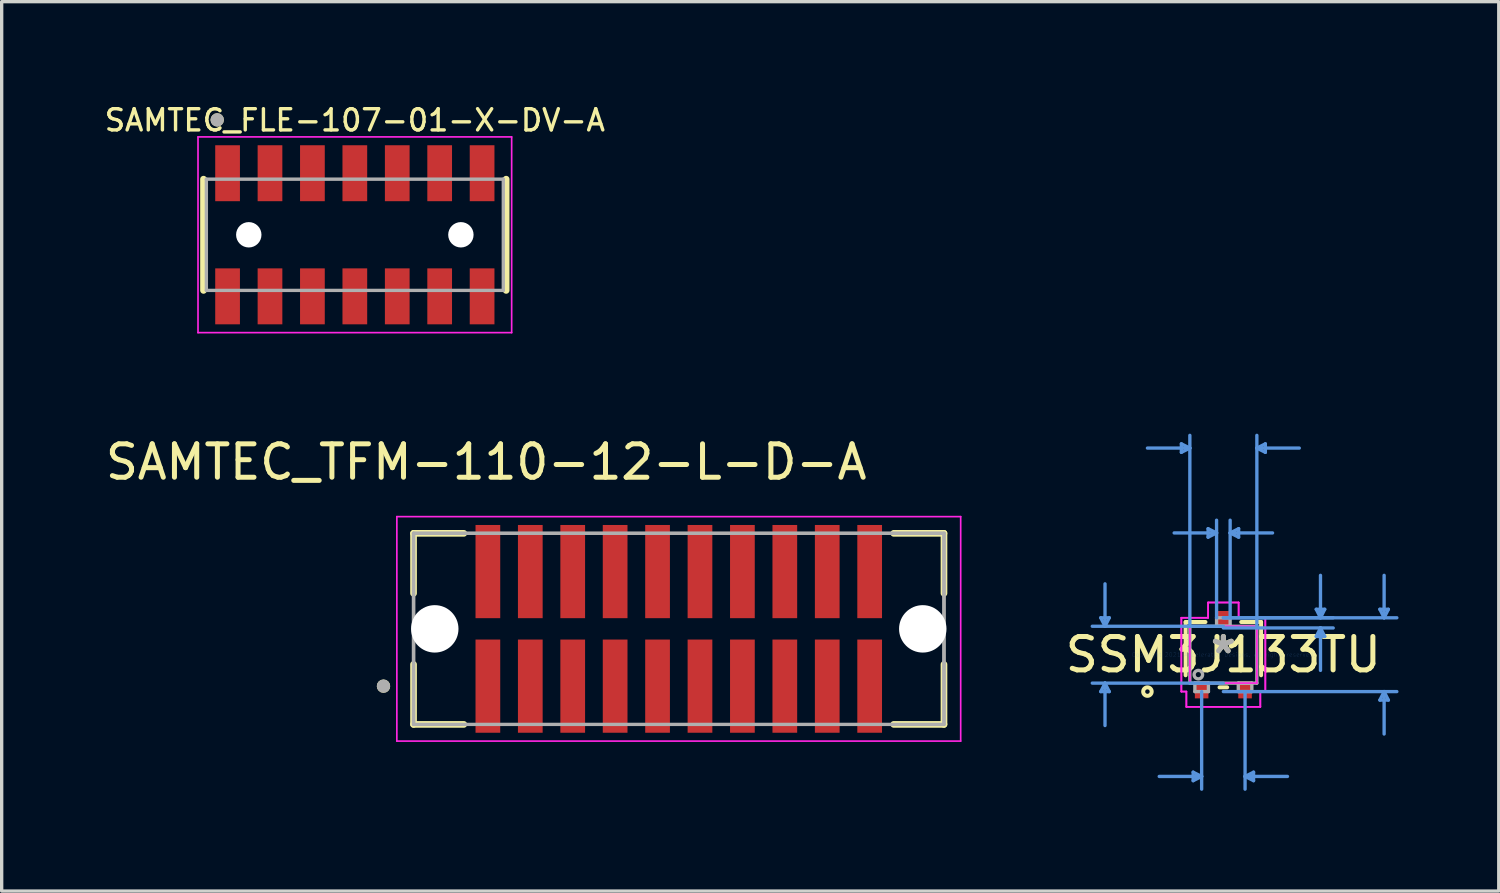
<source format=kicad_pcb>
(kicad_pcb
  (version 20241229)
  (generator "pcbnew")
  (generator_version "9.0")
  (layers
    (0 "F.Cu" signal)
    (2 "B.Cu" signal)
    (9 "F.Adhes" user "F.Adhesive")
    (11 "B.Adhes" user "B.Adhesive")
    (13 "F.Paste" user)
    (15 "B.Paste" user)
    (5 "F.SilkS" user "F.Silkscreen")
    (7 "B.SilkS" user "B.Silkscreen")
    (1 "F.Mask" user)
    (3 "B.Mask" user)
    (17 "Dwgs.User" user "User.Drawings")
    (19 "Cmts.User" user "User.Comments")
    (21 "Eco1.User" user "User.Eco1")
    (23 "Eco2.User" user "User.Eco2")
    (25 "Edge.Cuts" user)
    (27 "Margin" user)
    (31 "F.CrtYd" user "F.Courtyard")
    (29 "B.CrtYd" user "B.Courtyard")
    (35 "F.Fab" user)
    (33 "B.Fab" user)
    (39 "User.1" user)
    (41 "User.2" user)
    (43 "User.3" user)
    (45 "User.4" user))
  (footprint "SSM3J133TU"
    (layer "F.Cu")
    (at 33.575 16.55)
    (property "Reference" "SSM3J133TU" (at 0 0 0) (layer "F.SilkS") (effects (font (size 1 1) (thickness 0.15))))
    (attr through_hole)
    (fp_line (start -1.13 -0.978) (end -1.13 0.616) (stroke (width 0.12) (type solid)) (layer "F.SilkS"))
    (fp_line (start -0.536 -0.978) (end -1.13 -0.978) (stroke (width 0.12) (type solid)) (layer "F.SilkS"))
    (fp_line (start -0.114 0.978) (end 0.114 0.978) (stroke (width 0.12) (type solid)) (layer "F.SilkS"))
    (fp_line (start 1.13 -0.978) (end 0.536 -0.978) (stroke (width 0.12) (type solid)) (layer "F.SilkS"))
    (fp_line (start 1.13 0.616) (end 1.13 -0.978) (stroke (width 0.12) (type solid)) (layer "F.SilkS"))
    (fp_circle (center -2.273 1.105) (end -2.146 1.105) (stroke (width 0.12) (type solid)) (fill no) (layer "F.SilkS"))
    (fp_line (start -3.67 -1.105) (end -3.416 -1.105) (stroke (width 0.1) (type solid)) (layer "Cmts.User"))
    (fp_line (start -3.67 1.105) (end -3.416 1.105) (stroke (width 0.1) (type solid)) (layer "Cmts.User"))
    (fp_line (start -3.543 -0.851) (end -3.67 -1.105) (stroke (width 0.1) (type solid)) (layer "Cmts.User"))
    (fp_line (start -3.543 -0.851) (end -3.543 -2.121) (stroke (width 0.1) (type solid)) (layer "Cmts.User"))
    (fp_line (start -3.543 -0.851) (end -3.416 -1.105) (stroke (width 0.1) (type solid)) (layer "Cmts.User"))
    (fp_line (start -3.543 0.851) (end -3.67 1.105) (stroke (width 0.1) (type solid)) (layer "Cmts.User"))
    (fp_line (start -3.543 0.851) (end -3.543 2.121) (stroke (width 0.1) (type solid)) (layer "Cmts.User"))
    (fp_line (start -3.543 0.851) (end -3.416 1.105) (stroke (width 0.1) (type solid)) (layer "Cmts.User"))
    (fp_line (start -1.257 -6.312) (end -1.257 -6.058) (stroke (width 0.1) (type solid)) (layer "Cmts.User"))
    (fp_line (start -1.003 -6.185) (end -2.273 -6.185) (stroke (width 0.1) (type solid)) (layer "Cmts.User"))
    (fp_line (start -1.003 -6.185) (end -1.257 -6.312) (stroke (width 0.1) (type solid)) (layer "Cmts.User"))
    (fp_line (start -1.003 -6.185) (end -1.257 -6.058) (stroke (width 0.1) (type solid)) (layer "Cmts.User"))
    (fp_line (start -1.003 -0.851) (end -1.003 -6.566) (stroke (width 0.1) (type solid)) (layer "Cmts.User"))
    (fp_line (start -0.904 3.518) (end -0.904 3.772) (stroke (width 0.1) (type solid)) (layer "Cmts.User"))
    (fp_line (start -0.65 1.105) (end -0.65 4.026) (stroke (width 0.1) (type solid)) (layer "Cmts.User"))
    (fp_line (start -0.65 3.645) (end -1.92 3.645) (stroke (width 0.1) (type solid)) (layer "Cmts.User"))
    (fp_line (start -0.65 3.645) (end -0.904 3.518) (stroke (width 0.1) (type solid)) (layer "Cmts.User"))
    (fp_line (start -0.65 3.645) (end -0.904 3.772) (stroke (width 0.1) (type solid)) (layer "Cmts.User"))
    (fp_line (start -0.457 -3.772) (end -0.457 -3.518) (stroke (width 0.1) (type solid)) (layer "Cmts.User"))
    (fp_line (start -0.203 -3.645) (end -1.473 -3.645) (stroke (width 0.1) (type solid)) (layer "Cmts.User"))
    (fp_line (start -0.203 -3.645) (end -0.457 -3.772) (stroke (width 0.1) (type solid)) (layer "Cmts.User"))
    (fp_line (start -0.203 -3.645) (end -0.457 -3.518) (stroke (width 0.1) (type solid)) (layer "Cmts.User"))
    (fp_line (start -0.203 -1.105) (end -0.203 -4.026) (stroke (width 0.1) (type solid)) (layer "Cmts.User"))
    (fp_line (start 0 -1.105) (end 3.289 -1.105) (stroke (width 0.1) (type solid)) (layer "Cmts.User"))
    (fp_line (start 0 -1.105) (end 5.194 -1.105) (stroke (width 0.1) (type solid)) (layer "Cmts.User"))
    (fp_line (start 0 -0.851) (end -3.924 -0.851) (stroke (width 0.1) (type solid)) (layer "Cmts.User"))
    (fp_line (start 0 -0.8) (end 3.289 -0.8) (stroke (width 0.1) (type solid)) (layer "Cmts.User"))
    (fp_line (start 0 0.851) (end -3.924 0.851) (stroke (width 0.1) (type solid)) (layer "Cmts.User"))
    (fp_line (start 0 1.105) (end 5.194 1.105) (stroke (width 0.1) (type solid)) (layer "Cmts.User"))
    (fp_line (start 0.203 -3.645) (end 0.457 -3.772) (stroke (width 0.1) (type solid)) (layer "Cmts.User"))
    (fp_line (start 0.203 -3.645) (end 0.457 -3.518) (stroke (width 0.1) (type solid)) (layer "Cmts.User"))
    (fp_line (start 0.203 -3.645) (end 1.473 -3.645) (stroke (width 0.1) (type solid)) (layer "Cmts.User"))
    (fp_line (start 0.203 -1.105) (end 0.203 -4.026) (stroke (width 0.1) (type solid)) (layer "Cmts.User"))
    (fp_line (start 0.457 -3.772) (end 0.457 -3.518) (stroke (width 0.1) (type solid)) (layer "Cmts.User"))
    (fp_line (start 0.65 1.105) (end 0.65 4.026) (stroke (width 0.1) (type solid)) (layer "Cmts.User"))
    (fp_line (start 0.65 3.645) (end 0.904 3.518) (stroke (width 0.1) (type solid)) (layer "Cmts.User"))
    (fp_line (start 0.65 3.645) (end 0.904 3.772) (stroke (width 0.1) (type solid)) (layer "Cmts.User"))
    (fp_line (start 0.65 3.645) (end 1.92 3.645) (stroke (width 0.1) (type solid)) (layer "Cmts.User"))
    (fp_line (start 0.904 3.518) (end 0.904 3.772) (stroke (width 0.1) (type solid)) (layer "Cmts.User"))
    (fp_line (start 1.003 -6.185) (end 1.257 -6.312) (stroke (width 0.1) (type solid)) (layer "Cmts.User"))
    (fp_line (start 1.003 -6.185) (end 1.257 -6.058) (stroke (width 0.1) (type solid)) (layer "Cmts.User"))
    (fp_line (start 1.003 -6.185) (end 2.273 -6.185) (stroke (width 0.1) (type solid)) (layer "Cmts.User"))
    (fp_line (start 1.003 -0.851) (end 1.003 -6.566) (stroke (width 0.1) (type solid)) (layer "Cmts.User"))
    (fp_line (start 1.257 -6.312) (end 1.257 -6.058) (stroke (width 0.1) (type solid)) (layer "Cmts.User"))
    (fp_line (start 2.781 -1.359) (end 3.035 -1.359) (stroke (width 0.1) (type solid)) (layer "Cmts.User"))
    (fp_line (start 2.781 -0.546) (end 3.035 -0.546) (stroke (width 0.1) (type solid)) (layer "Cmts.User"))
    (fp_line (start 2.908 -1.105) (end 2.781 -1.359) (stroke (width 0.1) (type solid)) (layer "Cmts.User"))
    (fp_line (start 2.908 -1.105) (end 2.908 -2.375) (stroke (width 0.1) (type solid)) (layer "Cmts.User"))
    (fp_line (start 2.908 -1.105) (end 3.035 -1.359) (stroke (width 0.1) (type solid)) (layer "Cmts.User"))
    (fp_line (start 2.908 -0.8) (end 2.781 -0.546) (stroke (width 0.1) (type solid)) (layer "Cmts.User"))
    (fp_line (start 2.908 -0.8) (end 2.908 0.47) (stroke (width 0.1) (type solid)) (layer "Cmts.User"))
    (fp_line (start 2.908 -0.8) (end 3.035 -0.546) (stroke (width 0.1) (type solid)) (layer "Cmts.User"))
    (fp_line (start 4.686 -1.359) (end 4.94 -1.359) (stroke (width 0.1) (type solid)) (layer "Cmts.User"))
    (fp_line (start 4.686 1.359) (end 4.94 1.359) (stroke (width 0.1) (type solid)) (layer "Cmts.User"))
    (fp_line (start 4.813 -1.105) (end 4.686 -1.359) (stroke (width 0.1) (type solid)) (layer "Cmts.User"))
    (fp_line (start 4.813 -1.105) (end 4.813 -2.375) (stroke (width 0.1) (type solid)) (layer "Cmts.User"))
    (fp_line (start 4.813 -1.105) (end 4.94 -1.359) (stroke (width 0.1) (type solid)) (layer "Cmts.User"))
    (fp_line (start 4.813 1.105) (end 4.686 1.359) (stroke (width 0.1) (type solid)) (layer "Cmts.User"))
    (fp_line (start 4.813 1.105) (end 4.813 2.375) (stroke (width 0.1) (type solid)) (layer "Cmts.User"))
    (fp_line (start 4.813 1.105) (end 4.94 1.359) (stroke (width 0.1) (type solid)) (layer "Cmts.User"))
    (fp_line (start -1.257 -1.105) (end -0.457 -1.105) (stroke (width 0.05) (type solid)) (layer "F.CrtYd"))
    (fp_line (start -1.257 -1.105) (end -0.457 -1.105) (stroke (width 0.05) (type solid)) (layer "F.CrtYd"))
    (fp_line (start -1.257 1.105) (end -1.257 -1.105) (stroke (width 0.05) (type solid)) (layer "F.CrtYd"))
    (fp_line (start -1.257 1.105) (end -1.257 -1.105) (stroke (width 0.05) (type solid)) (layer "F.CrtYd"))
    (fp_line (start -1.257 1.105) (end -1.107 1.105) (stroke (width 0.05) (type solid)) (layer "F.CrtYd"))
    (fp_line (start -1.107 1.105) (end -1.257 1.105) (stroke (width 0.05) (type solid)) (layer "F.CrtYd"))
    (fp_line (start -1.107 1.105) (end -1.107 1.562) (stroke (width 0.05) (type solid)) (layer "F.CrtYd"))
    (fp_line (start -1.107 1.562) (end -1.107 1.105) (stroke (width 0.05) (type solid)) (layer "F.CrtYd"))
    (fp_line (start -1.107 1.562) (end 1.107 1.562) (stroke (width 0.05) (type solid)) (layer "F.CrtYd"))
    (fp_line (start -1.003 -0.851) (end 1.003 -0.851) (stroke (width 0.05) (type solid)) (layer "F.CrtYd"))
    (fp_line (start -1.003 0.851) (end -1.003 -0.851) (stroke (width 0.05) (type solid)) (layer "F.CrtYd"))
    (fp_line (start -0.457 -1.562) (end 0.457 -1.562) (stroke (width 0.05) (type solid)) (layer "F.CrtYd"))
    (fp_line (start -0.457 -1.562) (end 0.457 -1.562) (stroke (width 0.05) (type solid)) (layer "F.CrtYd"))
    (fp_line (start -0.457 -1.105) (end -0.457 -1.562) (stroke (width 0.05) (type solid)) (layer "F.CrtYd"))
    (fp_line (start -0.457 -1.105) (end -0.457 -1.562) (stroke (width 0.05) (type solid)) (layer "F.CrtYd"))
    (fp_line (start 0.457 -1.562) (end 0.457 -1.105) (stroke (width 0.05) (type solid)) (layer "F.CrtYd"))
    (fp_line (start 0.457 -1.105) (end 0.457 -1.562) (stroke (width 0.05) (type solid)) (layer "F.CrtYd"))
    (fp_line (start 0.457 -1.105) (end 1.257 -1.105) (stroke (width 0.05) (type solid)) (layer "F.CrtYd"))
    (fp_line (start 1.003 -0.851) (end 1.003 0.851) (stroke (width 0.05) (type solid)) (layer "F.CrtYd"))
    (fp_line (start 1.003 0.851) (end -1.003 0.851) (stroke (width 0.05) (type solid)) (layer "F.CrtYd"))
    (fp_line (start 1.107 1.105) (end 1.107 1.562) (stroke (width 0.05) (type solid)) (layer "F.CrtYd"))
    (fp_line (start 1.107 1.105) (end 1.107 1.562) (stroke (width 0.05) (type solid)) (layer "F.CrtYd"))
    (fp_line (start 1.107 1.562) (end -1.107 1.562) (stroke (width 0.05) (type solid)) (layer "F.CrtYd"))
    (fp_line (start 1.257 -1.105) (end 0.457 -1.105) (stroke (width 0.05) (type solid)) (layer "F.CrtYd"))
    (fp_line (start 1.257 -1.105) (end 1.257 1.105) (stroke (width 0.05) (type solid)) (layer "F.CrtYd"))
    (fp_line (start 1.257 -1.105) (end 1.257 1.105) (stroke (width 0.05) (type solid)) (layer "F.CrtYd"))
    (fp_line (start 1.257 1.105) (end 1.107 1.105) (stroke (width 0.05) (type solid)) (layer "F.CrtYd"))
    (fp_line (start 1.257 1.105) (end 1.107 1.105) (stroke (width 0.05) (type solid)) (layer "F.CrtYd"))
    (fp_line (start -1.003 -0.851) (end -1.003 0.851) (stroke (width 0.1) (type solid)) (layer "F.Fab"))
    (fp_line (start -1.003 0.851) (end 1.003 0.851) (stroke (width 0.1) (type solid)) (layer "F.Fab"))
    (fp_line (start -0.853 0.851) (end -0.853 1.105) (stroke (width 0.1) (type solid)) (layer "F.Fab"))
    (fp_line (start -0.853 1.105) (end -0.447 1.105) (stroke (width 0.1) (type solid)) (layer "F.Fab"))
    (fp_line (start -0.447 0.851) (end -0.853 0.851) (stroke (width 0.1) (type solid)) (layer "F.Fab"))
    (fp_line (start -0.447 1.105) (end -0.447 0.851) (stroke (width 0.1) (type solid)) (layer "F.Fab"))
    (fp_line (start -0.203 -1.105) (end -0.203 -0.851) (stroke (width 0.1) (type solid)) (layer "F.Fab"))
    (fp_line (start -0.203 -0.851) (end 0.203 -0.851) (stroke (width 0.1) (type solid)) (layer "F.Fab"))
    (fp_line (start 0.203 -1.105) (end -0.203 -1.105) (stroke (width 0.1) (type solid)) (layer "F.Fab"))
    (fp_line (start 0.203 -0.851) (end 0.203 -1.105) (stroke (width 0.1) (type solid)) (layer "F.Fab"))
    (fp_line (start 0.447 0.851) (end 0.447 1.105) (stroke (width 0.1) (type solid)) (layer "F.Fab"))
    (fp_line (start 0.447 1.105) (end 0.853 1.105) (stroke (width 0.1) (type solid)) (layer "F.Fab"))
    (fp_line (start 0.853 0.851) (end 0.447 0.851) (stroke (width 0.1) (type solid)) (layer "F.Fab"))
    (fp_line (start 0.853 1.105) (end 0.853 0.851) (stroke (width 0.1) (type solid)) (layer "F.Fab"))
    (fp_line (start 1.003 -0.851) (end -1.003 -0.851) (stroke (width 0.1) (type solid)) (layer "F.Fab"))
    (fp_line (start 1.003 0.851) (end 1.003 -0.851) (stroke (width 0.1) (type solid)) (layer "F.Fab"))
    (fp_circle (center -0.749 0.597) (end -0.622 0.597) (stroke (width 0.1) (type solid)) (fill no) (layer "F.Fab"))
    (fp_text user "*" (at 0 0 0) (layer "F.SilkS") (effects (font (size 1 1) (thickness 0.15))))
    (fp_text user "Copyright 2021 Accelerated Designs. All rights reserved." (at 0 0 0) (layer "Cmts.User") (effects (font (size 0.127 0.127) (thickness 0.002))))
    (fp_text user "*" (at 0 0 0) (layer "F.Fab") (effects (font (size 1 1) (thickness 0.15))))
    (pad "1" smd rect (at -0.65 1.054) (size 0.406 0.508) (layers "F.Cu" "F.Mask" "F.Paste"))
    (pad "2" smd rect (at 0.65 1.054) (size 0.406 0.508) (layers "F.Cu" "F.Mask" "F.Paste"))
    (pad "3" smd rect (at 0 -1.054) (size 0.406 0.508) (layers "F.Cu" "F.Mask" "F.Paste")))
  (footprint "SAMTEC_TFM-110-12-L-D-A"
    (layer "F.Cu")
    (at 17.271 15.777)
    (property "Reference" "SAMTEC_TFM-110-12-L-D-A" (at -5.765 -4.995 0) (layer "F.SilkS") (effects (font (size 1 1) (thickness 0.15))))
    (attr through_hole)
    (fp_line (start -7.94 -2.86) (end -7.94 -1.064) (stroke (width 0.2) (type solid)) (layer "F.SilkS"))
    (fp_line (start -7.94 -2.86) (end -6.435 -2.86) (stroke (width 0.2) (type solid)) (layer "F.SilkS"))
    (fp_line (start -7.94 1.064) (end -7.94 2.86) (stroke (width 0.2) (type solid)) (layer "F.SilkS"))
    (fp_line (start -6.435 2.86) (end -7.94 2.86) (stroke (width 0.2) (type solid)) (layer "F.SilkS"))
    (fp_line (start 6.435 -2.86) (end 7.94 -2.86) (stroke (width 0.2) (type solid)) (layer "F.SilkS"))
    (fp_line (start 6.435 2.86) (end 7.94 2.86) (stroke (width 0.2) (type solid)) (layer "F.SilkS"))
    (fp_line (start 7.94 -1.064) (end 7.94 -2.86) (stroke (width 0.2) (type solid)) (layer "F.SilkS"))
    (fp_line (start 7.94 2.86) (end 7.94 1.064) (stroke (width 0.2) (type solid)) (layer "F.SilkS"))
    (fp_circle (center -8.84 1.715) (end -8.74 1.715) (stroke (width 0.2) (type solid)) (fill no) (layer "F.SilkS"))
    (fp_line (start -8.44 -3.36) (end 8.44 -3.36) (stroke (width 0.05) (type solid)) (layer "F.CrtYd"))
    (fp_line (start -8.44 3.36) (end -8.44 -3.36) (stroke (width 0.05) (type solid)) (layer "F.CrtYd"))
    (fp_line (start 8.44 -3.36) (end 8.44 3.36) (stroke (width 0.05) (type solid)) (layer "F.CrtYd"))
    (fp_line (start 8.44 3.36) (end -8.44 3.36) (stroke (width 0.05) (type solid)) (layer "F.CrtYd"))
    (fp_line (start -7.94 -2.86) (end 7.94 -2.86) (stroke (width 0.1) (type solid)) (layer "F.Fab"))
    (fp_line (start -7.94 -2.86) (end 7.94 -2.86) (stroke (width 0.1) (type solid)) (layer "F.Fab"))
    (fp_line (start -7.94 2.86) (end -7.94 -2.86) (stroke (width 0.1) (type solid)) (layer "F.Fab"))
    (fp_line (start -7.94 2.86) (end -7.94 -2.86) (stroke (width 0.1) (type solid)) (layer "F.Fab"))
    (fp_line (start 7.94 -2.86) (end 7.94 2.86) (stroke (width 0.1) (type solid)) (layer "F.Fab"))
    (fp_line (start 7.94 -2.86) (end 7.94 2.86) (stroke (width 0.1) (type solid)) (layer "F.Fab"))
    (fp_line (start 7.94 2.86) (end -7.94 2.86) (stroke (width 0.1) (type solid)) (layer "F.Fab"))
    (fp_circle (center -8.84 1.715) (end -8.74 1.715) (stroke (width 0.2) (type solid)) (fill no) (layer "F.Fab"))
    (pad "" np_thru_hole circle (at -7.305 0) (size 1.42 1.42) (drill 1.42) (layers "*.Cu" "*.Mask"))
    (pad "" np_thru_hole circle (at 7.305 0) (size 1.42 1.42) (drill 1.42) (layers "*.Cu" "*.Mask"))
    (pad "1" smd rect (at -5.715 1.715) (size 0.74 2.79) (layers "F.Cu" "F.Mask" "F.Paste"))
    (pad "2" smd rect (at -5.715 -1.715) (size 0.74 2.79) (layers "F.Cu" "F.Mask" "F.Paste"))
    (pad "3" smd rect (at -4.445 1.715) (size 0.74 2.79) (layers "F.Cu" "F.Mask" "F.Paste"))
    (pad "4" smd rect (at -4.445 -1.715) (size 0.74 2.79) (layers "F.Cu" "F.Mask" "F.Paste"))
    (pad "5" smd rect (at -3.175 1.715) (size 0.74 2.79) (layers "F.Cu" "F.Mask" "F.Paste"))
    (pad "6" smd rect (at -3.175 -1.715) (size 0.74 2.79) (layers "F.Cu" "F.Mask" "F.Paste"))
    (pad "7" smd rect (at -1.905 1.715) (size 0.74 2.79) (layers "F.Cu" "F.Mask" "F.Paste"))
    (pad "8" smd rect (at -1.905 -1.715) (size 0.74 2.79) (layers "F.Cu" "F.Mask" "F.Paste"))
    (pad "9" smd rect (at -0.635 1.715) (size 0.74 2.79) (layers "F.Cu" "F.Mask" "F.Paste"))
    (pad "10" smd rect (at -0.635 -1.715) (size 0.74 2.79) (layers "F.Cu" "F.Mask" "F.Paste"))
    (pad "11" smd rect (at 0.635 1.715) (size 0.74 2.79) (layers "F.Cu" "F.Mask" "F.Paste"))
    (pad "12" smd rect (at 0.635 -1.715) (size 0.74 2.79) (layers "F.Cu" "F.Mask" "F.Paste"))
    (pad "13" smd rect (at 1.905 1.715) (size 0.74 2.79) (layers "F.Cu" "F.Mask" "F.Paste"))
    (pad "14" smd rect (at 1.905 -1.715) (size 0.74 2.79) (layers "F.Cu" "F.Mask" "F.Paste"))
    (pad "15" smd rect (at 3.175 1.715) (size 0.74 2.79) (layers "F.Cu" "F.Mask" "F.Paste"))
    (pad "16" smd rect (at 3.175 -1.715) (size 0.74 2.79) (layers "F.Cu" "F.Mask" "F.Paste"))
    (pad "17" smd rect (at 4.445 1.715) (size 0.74 2.79) (layers "F.Cu" "F.Mask" "F.Paste"))
    (pad "18" smd rect (at 4.445 -1.715) (size 0.74 2.79) (layers "F.Cu" "F.Mask" "F.Paste"))
    (pad "19" smd rect (at 5.715 1.715) (size 0.74 2.79) (layers "F.Cu" "F.Mask" "F.Paste"))
    (pad "20" smd rect (at 5.715 -1.715) (size 0.74 2.79) (layers "F.Cu" "F.Mask" "F.Paste")))
  (footprint "SAMTEC_FLE-107-01-X-DV-A"
    (layer "F.Cu")
    (at 7.573 3.979)
    (property "Reference" "SAMTEC_FLE-107-01-X-DV-A" (at 0 -3.429 0) (layer "F.SilkS") (effects (font (size 0.635 0.635) (thickness 0.102))))
    (fp_line (start -4.53 1.665) (end -4.53 -1.665) (stroke (width 0.2) (type solid)) (layer "F.SilkS"))
    (fp_line (start 4.53 1.665) (end 4.53 -1.665) (stroke (width 0.2) (type solid)) (layer "F.SilkS"))
    (fp_circle (center -4.12 -3.44) (end -4.02 -3.44) (stroke (width 0.2) (type solid)) (fill no) (layer "F.SilkS"))
    (fp_line (start -4.695 -2.93) (end 4.695 -2.93) (stroke (width 0.05) (type solid)) (layer "F.CrtYd"))
    (fp_line (start -4.695 2.93) (end -4.695 -2.93) (stroke (width 0.05) (type solid)) (layer "F.CrtYd"))
    (fp_line (start 4.695 -2.93) (end 4.695 2.93) (stroke (width 0.05) (type solid)) (layer "F.CrtYd"))
    (fp_line (start 4.695 2.93) (end -4.695 2.93) (stroke (width 0.05) (type solid)) (layer "F.CrtYd"))
    (fp_line (start -4.445 -1.665) (end 4.445 -1.665) (stroke (width 0.1) (type solid)) (layer "F.Fab"))
    (fp_line (start -4.445 1.665) (end -4.445 -1.665) (stroke (width 0.1) (type solid)) (layer "F.Fab"))
    (fp_line (start 4.445 -1.665) (end 4.445 1.665) (stroke (width 0.1) (type solid)) (layer "F.Fab"))
    (fp_line (start 4.445 1.665) (end -4.445 1.665) (stroke (width 0.1) (type solid)) (layer "F.Fab"))
    (fp_circle (center -4.12 -3.44) (end -4.02 -3.44) (stroke (width 0.2) (type solid)) (fill no) (layer "F.Fab"))
    (pad "" np_thru_hole circle (at -3.175 0) (size 0.76 0.76) (drill 0.76) (layers "*.Cu" "*.Mask"))
    (pad "" np_thru_hole circle (at 3.175 0) (size 0.76 0.76) (drill 0.76) (layers "*.Cu" "*.Mask"))
    (pad "1" smd rect (at -3.81 -1.843) (size 0.74 1.675) (layers "F.Cu" "F.Mask" "F.Paste"))
    (pad "2" smd rect (at -3.81 1.843) (size 0.74 1.675) (layers "F.Cu" "F.Mask" "F.Paste"))
    (pad "3" smd rect (at -2.54 -1.843) (size 0.74 1.675) (layers "F.Cu" "F.Mask" "F.Paste"))
    (pad "4" smd rect (at -2.54 1.843) (size 0.74 1.675) (layers "F.Cu" "F.Mask" "F.Paste"))
    (pad "5" smd rect (at -1.27 -1.843) (size 0.74 1.675) (layers "F.Cu" "F.Mask" "F.Paste"))
    (pad "6" smd rect (at -1.27 1.843) (size 0.74 1.675) (layers "F.Cu" "F.Mask" "F.Paste"))
    (pad "7" smd rect (at 0 -1.843) (size 0.74 1.675) (layers "F.Cu" "F.Mask" "F.Paste"))
    (pad "8" smd rect (at 0 1.843) (size 0.74 1.675) (layers "F.Cu" "F.Mask" "F.Paste"))
    (pad "9" smd rect (at 1.27 -1.843) (size 0.74 1.675) (layers "F.Cu" "F.Mask" "F.Paste"))
    (pad "10" smd rect (at 1.27 1.843) (size 0.74 1.675) (layers "F.Cu" "F.Mask" "F.Paste"))
    (pad "11" smd rect (at 2.54 -1.843) (size 0.74 1.675) (layers "F.Cu" "F.Mask" "F.Paste"))
    (pad "12" smd rect (at 2.54 1.843) (size 0.74 1.675) (layers "F.Cu" "F.Mask" "F.Paste"))
    (pad "13" smd rect (at 3.81 -1.843) (size 0.74 1.675) (layers "F.Cu" "F.Mask" "F.Paste"))
    (pad "14" smd rect (at 3.81 1.843) (size 0.74 1.675) (layers "F.Cu" "F.Mask" "F.Paste")))
  (gr_rect
    (start -3 -3)
    (end 41.82 23.626)
    (stroke (width 0.1) (type default))
    (fill no)
    (layer "Edge.Cuts")))
</source>
